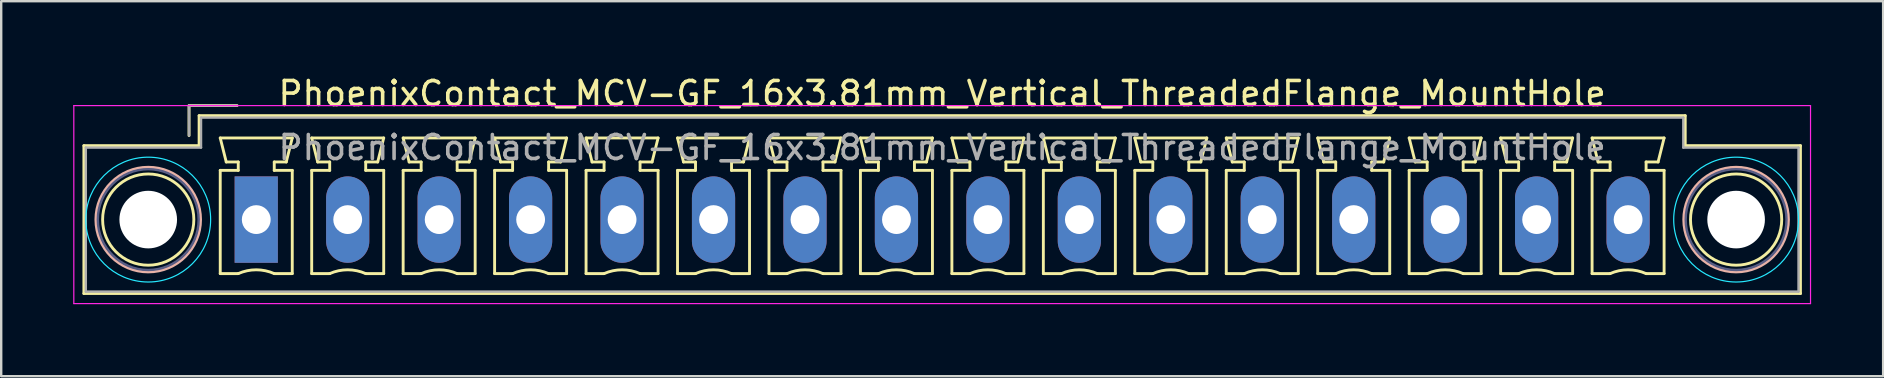
<source format=kicad_pcb>
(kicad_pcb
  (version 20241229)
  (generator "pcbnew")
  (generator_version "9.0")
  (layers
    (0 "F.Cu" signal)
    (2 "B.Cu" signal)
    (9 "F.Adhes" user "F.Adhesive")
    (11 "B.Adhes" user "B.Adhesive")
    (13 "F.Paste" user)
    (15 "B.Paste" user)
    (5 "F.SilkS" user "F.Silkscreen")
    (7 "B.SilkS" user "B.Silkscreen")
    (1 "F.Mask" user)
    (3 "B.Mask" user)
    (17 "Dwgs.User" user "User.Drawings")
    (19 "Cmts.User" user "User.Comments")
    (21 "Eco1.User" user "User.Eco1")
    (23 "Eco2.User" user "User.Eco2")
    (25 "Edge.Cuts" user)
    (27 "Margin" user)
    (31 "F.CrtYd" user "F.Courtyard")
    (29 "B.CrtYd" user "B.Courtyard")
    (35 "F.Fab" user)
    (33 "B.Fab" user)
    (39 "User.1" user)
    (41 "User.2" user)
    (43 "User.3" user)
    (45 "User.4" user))
  (footprint "PhoenixContact_MCV-GF_16x3.81mm_Vertical_ThreadedFlange_MountHole"
    (layer "F.Cu")
    (at 7.625 6.098)
    (property "Reference" "PhoenixContact_MCV-GF_16x3.81mm_Vertical_ThreadedFlange_MountHole" (at 28.575 -5.25 0) (layer "F.SilkS") (effects (font (size 1 1) (thickness 0.15))))
    (attr through_hole)
    (fp_line (start -7.18 -3.08) (end -7.18 3.08) (stroke (width 0.12) (type solid)) (layer "F.SilkS"))
    (fp_line (start -7.18 3.08) (end 64.33 3.08) (stroke (width 0.12) (type solid)) (layer "F.SilkS"))
    (fp_line (start -2.8 -4.75) (end -0.8 -4.75) (stroke (width 0.12) (type solid)) (layer "F.SilkS"))
    (fp_line (start -2.8 -3.5) (end -2.8 -4.75) (stroke (width 0.12) (type solid)) (layer "F.SilkS"))
    (fp_line (start -2.38 -4.33) (end -2.38 -3.08) (stroke (width 0.12) (type solid)) (layer "F.SilkS"))
    (fp_line (start -2.38 -3.08) (end -7.18 -3.08) (stroke (width 0.12) (type solid)) (layer "F.SilkS"))
    (fp_line (start -1.5 -3.4) (end 1.5 -3.4) (stroke (width 0.12) (type solid)) (layer "F.SilkS"))
    (fp_line (start -1.5 -2.05) (end -0.75 -2.05) (stroke (width 0.12) (type solid)) (layer "F.SilkS"))
    (fp_line (start -1.5 2.25) (end -1.5 -2.05) (stroke (width 0.12) (type solid)) (layer "F.SilkS"))
    (fp_line (start -1.25 -2.4) (end -1.5 -3.4) (stroke (width 0.12) (type solid)) (layer "F.SilkS"))
    (fp_line (start -0.75 -2.4) (end -1.25 -2.4) (stroke (width 0.12) (type solid)) (layer "F.SilkS"))
    (fp_line (start -0.75 -2.05) (end -0.75 -2.4) (stroke (width 0.12) (type solid)) (layer "F.SilkS"))
    (fp_line (start -0.75 2.25) (end -1.5 2.25) (stroke (width 0.12) (type solid)) (layer "F.SilkS"))
    (fp_line (start 0.75 -2.4) (end 0.75 -2.05) (stroke (width 0.12) (type solid)) (layer "F.SilkS"))
    (fp_line (start 0.75 -2.05) (end 1.5 -2.05) (stroke (width 0.12) (type solid)) (layer "F.SilkS"))
    (fp_line (start 1.25 -2.4) (end 0.75 -2.4) (stroke (width 0.12) (type solid)) (layer "F.SilkS"))
    (fp_line (start 1.5 -3.4) (end 1.25 -2.4) (stroke (width 0.12) (type solid)) (layer "F.SilkS"))
    (fp_line (start 1.5 -2.05) (end 1.5 2.25) (stroke (width 0.12) (type solid)) (layer "F.SilkS"))
    (fp_line (start 1.5 2.25) (end 0.75 2.25) (stroke (width 0.12) (type solid)) (layer "F.SilkS"))
    (fp_line (start 2.31 -3.4) (end 5.31 -3.4) (stroke (width 0.12) (type solid)) (layer "F.SilkS"))
    (fp_line (start 2.31 -2.05) (end 3.06 -2.05) (stroke (width 0.12) (type solid)) (layer "F.SilkS"))
    (fp_line (start 2.31 2.25) (end 2.31 -2.05) (stroke (width 0.12) (type solid)) (layer "F.SilkS"))
    (fp_line (start 2.56 -2.4) (end 2.31 -3.4) (stroke (width 0.12) (type solid)) (layer "F.SilkS"))
    (fp_line (start 3.06 -2.4) (end 2.56 -2.4) (stroke (width 0.12) (type solid)) (layer "F.SilkS"))
    (fp_line (start 3.06 -2.05) (end 3.06 -2.4) (stroke (width 0.12) (type solid)) (layer "F.SilkS"))
    (fp_line (start 3.06 2.25) (end 2.31 2.25) (stroke (width 0.12) (type solid)) (layer "F.SilkS"))
    (fp_line (start 4.56 -2.4) (end 4.56 -2.05) (stroke (width 0.12) (type solid)) (layer "F.SilkS"))
    (fp_line (start 4.56 -2.05) (end 5.31 -2.05) (stroke (width 0.12) (type solid)) (layer "F.SilkS"))
    (fp_line (start 5.06 -2.4) (end 4.56 -2.4) (stroke (width 0.12) (type solid)) (layer "F.SilkS"))
    (fp_line (start 5.31 -3.4) (end 5.06 -2.4) (stroke (width 0.12) (type solid)) (layer "F.SilkS"))
    (fp_line (start 5.31 -2.05) (end 5.31 2.25) (stroke (width 0.12) (type solid)) (layer "F.SilkS"))
    (fp_line (start 5.31 2.25) (end 4.56 2.25) (stroke (width 0.12) (type solid)) (layer "F.SilkS"))
    (fp_line (start 6.12 -3.4) (end 9.12 -3.4) (stroke (width 0.12) (type solid)) (layer "F.SilkS"))
    (fp_line (start 6.12 -2.05) (end 6.87 -2.05) (stroke (width 0.12) (type solid)) (layer "F.SilkS"))
    (fp_line (start 6.12 2.25) (end 6.12 -2.05) (stroke (width 0.12) (type solid)) (layer "F.SilkS"))
    (fp_line (start 6.37 -2.4) (end 6.12 -3.4) (stroke (width 0.12) (type solid)) (layer "F.SilkS"))
    (fp_line (start 6.87 -2.4) (end 6.37 -2.4) (stroke (width 0.12) (type solid)) (layer "F.SilkS"))
    (fp_line (start 6.87 -2.05) (end 6.87 -2.4) (stroke (width 0.12) (type solid)) (layer "F.SilkS"))
    (fp_line (start 6.87 2.25) (end 6.12 2.25) (stroke (width 0.12) (type solid)) (layer "F.SilkS"))
    (fp_line (start 8.37 -2.4) (end 8.37 -2.05) (stroke (width 0.12) (type solid)) (layer "F.SilkS"))
    (fp_line (start 8.37 -2.05) (end 9.12 -2.05) (stroke (width 0.12) (type solid)) (layer "F.SilkS"))
    (fp_line (start 8.87 -2.4) (end 8.37 -2.4) (stroke (width 0.12) (type solid)) (layer "F.SilkS"))
    (fp_line (start 9.12 -3.4) (end 8.87 -2.4) (stroke (width 0.12) (type solid)) (layer "F.SilkS"))
    (fp_line (start 9.12 -2.05) (end 9.12 2.25) (stroke (width 0.12) (type solid)) (layer "F.SilkS"))
    (fp_line (start 9.12 2.25) (end 8.37 2.25) (stroke (width 0.12) (type solid)) (layer "F.SilkS"))
    (fp_line (start 9.93 -3.4) (end 12.93 -3.4) (stroke (width 0.12) (type solid)) (layer "F.SilkS"))
    (fp_line (start 9.93 -2.05) (end 10.68 -2.05) (stroke (width 0.12) (type solid)) (layer "F.SilkS"))
    (fp_line (start 9.93 2.25) (end 9.93 -2.05) (stroke (width 0.12) (type solid)) (layer "F.SilkS"))
    (fp_line (start 10.18 -2.4) (end 9.93 -3.4) (stroke (width 0.12) (type solid)) (layer "F.SilkS"))
    (fp_line (start 10.68 -2.4) (end 10.18 -2.4) (stroke (width 0.12) (type solid)) (layer "F.SilkS"))
    (fp_line (start 10.68 -2.05) (end 10.68 -2.4) (stroke (width 0.12) (type solid)) (layer "F.SilkS"))
    (fp_line (start 10.68 2.25) (end 9.93 2.25) (stroke (width 0.12) (type solid)) (layer "F.SilkS"))
    (fp_line (start 12.18 -2.4) (end 12.18 -2.05) (stroke (width 0.12) (type solid)) (layer "F.SilkS"))
    (fp_line (start 12.18 -2.05) (end 12.93 -2.05) (stroke (width 0.12) (type solid)) (layer "F.SilkS"))
    (fp_line (start 12.68 -2.4) (end 12.18 -2.4) (stroke (width 0.12) (type solid)) (layer "F.SilkS"))
    (fp_line (start 12.93 -3.4) (end 12.68 -2.4) (stroke (width 0.12) (type solid)) (layer "F.SilkS"))
    (fp_line (start 12.93 -2.05) (end 12.93 2.25) (stroke (width 0.12) (type solid)) (layer "F.SilkS"))
    (fp_line (start 12.93 2.25) (end 12.18 2.25) (stroke (width 0.12) (type solid)) (layer "F.SilkS"))
    (fp_line (start 13.74 -3.4) (end 16.74 -3.4) (stroke (width 0.12) (type solid)) (layer "F.SilkS"))
    (fp_line (start 13.74 -2.05) (end 14.49 -2.05) (stroke (width 0.12) (type solid)) (layer "F.SilkS"))
    (fp_line (start 13.74 2.25) (end 13.74 -2.05) (stroke (width 0.12) (type solid)) (layer "F.SilkS"))
    (fp_line (start 13.99 -2.4) (end 13.74 -3.4) (stroke (width 0.12) (type solid)) (layer "F.SilkS"))
    (fp_line (start 14.49 -2.4) (end 13.99 -2.4) (stroke (width 0.12) (type solid)) (layer "F.SilkS"))
    (fp_line (start 14.49 -2.05) (end 14.49 -2.4) (stroke (width 0.12) (type solid)) (layer "F.SilkS"))
    (fp_line (start 14.49 2.25) (end 13.74 2.25) (stroke (width 0.12) (type solid)) (layer "F.SilkS"))
    (fp_line (start 15.99 -2.4) (end 15.99 -2.05) (stroke (width 0.12) (type solid)) (layer "F.SilkS"))
    (fp_line (start 15.99 -2.05) (end 16.74 -2.05) (stroke (width 0.12) (type solid)) (layer "F.SilkS"))
    (fp_line (start 16.49 -2.4) (end 15.99 -2.4) (stroke (width 0.12) (type solid)) (layer "F.SilkS"))
    (fp_line (start 16.74 -3.4) (end 16.49 -2.4) (stroke (width 0.12) (type solid)) (layer "F.SilkS"))
    (fp_line (start 16.74 -2.05) (end 16.74 2.25) (stroke (width 0.12) (type solid)) (layer "F.SilkS"))
    (fp_line (start 16.74 2.25) (end 15.99 2.25) (stroke (width 0.12) (type solid)) (layer "F.SilkS"))
    (fp_line (start 17.55 -3.4) (end 20.55 -3.4) (stroke (width 0.12) (type solid)) (layer "F.SilkS"))
    (fp_line (start 17.55 -2.05) (end 18.3 -2.05) (stroke (width 0.12) (type solid)) (layer "F.SilkS"))
    (fp_line (start 17.55 2.25) (end 17.55 -2.05) (stroke (width 0.12) (type solid)) (layer "F.SilkS"))
    (fp_line (start 17.8 -2.4) (end 17.55 -3.4) (stroke (width 0.12) (type solid)) (layer "F.SilkS"))
    (fp_line (start 18.3 -2.4) (end 17.8 -2.4) (stroke (width 0.12) (type solid)) (layer "F.SilkS"))
    (fp_line (start 18.3 -2.05) (end 18.3 -2.4) (stroke (width 0.12) (type solid)) (layer "F.SilkS"))
    (fp_line (start 18.3 2.25) (end 17.55 2.25) (stroke (width 0.12) (type solid)) (layer "F.SilkS"))
    (fp_line (start 19.8 -2.4) (end 19.8 -2.05) (stroke (width 0.12) (type solid)) (layer "F.SilkS"))
    (fp_line (start 19.8 -2.05) (end 20.55 -2.05) (stroke (width 0.12) (type solid)) (layer "F.SilkS"))
    (fp_line (start 20.3 -2.4) (end 19.8 -2.4) (stroke (width 0.12) (type solid)) (layer "F.SilkS"))
    (fp_line (start 20.55 -3.4) (end 20.3 -2.4) (stroke (width 0.12) (type solid)) (layer "F.SilkS"))
    (fp_line (start 20.55 -2.05) (end 20.55 2.25) (stroke (width 0.12) (type solid)) (layer "F.SilkS"))
    (fp_line (start 20.55 2.25) (end 19.8 2.25) (stroke (width 0.12) (type solid)) (layer "F.SilkS"))
    (fp_line (start 21.36 -3.4) (end 24.36 -3.4) (stroke (width 0.12) (type solid)) (layer "F.SilkS"))
    (fp_line (start 21.36 -2.05) (end 22.11 -2.05) (stroke (width 0.12) (type solid)) (layer "F.SilkS"))
    (fp_line (start 21.36 2.25) (end 21.36 -2.05) (stroke (width 0.12) (type solid)) (layer "F.SilkS"))
    (fp_line (start 21.61 -2.4) (end 21.36 -3.4) (stroke (width 0.12) (type solid)) (layer "F.SilkS"))
    (fp_line (start 22.11 -2.4) (end 21.61 -2.4) (stroke (width 0.12) (type solid)) (layer "F.SilkS"))
    (fp_line (start 22.11 -2.05) (end 22.11 -2.4) (stroke (width 0.12) (type solid)) (layer "F.SilkS"))
    (fp_line (start 22.11 2.25) (end 21.36 2.25) (stroke (width 0.12) (type solid)) (layer "F.SilkS"))
    (fp_line (start 23.61 -2.4) (end 23.61 -2.05) (stroke (width 0.12) (type solid)) (layer "F.SilkS"))
    (fp_line (start 23.61 -2.05) (end 24.36 -2.05) (stroke (width 0.12) (type solid)) (layer "F.SilkS"))
    (fp_line (start 24.11 -2.4) (end 23.61 -2.4) (stroke (width 0.12) (type solid)) (layer "F.SilkS"))
    (fp_line (start 24.36 -3.4) (end 24.11 -2.4) (stroke (width 0.12) (type solid)) (layer "F.SilkS"))
    (fp_line (start 24.36 -2.05) (end 24.36 2.25) (stroke (width 0.12) (type solid)) (layer "F.SilkS"))
    (fp_line (start 24.36 2.25) (end 23.61 2.25) (stroke (width 0.12) (type solid)) (layer "F.SilkS"))
    (fp_line (start 25.17 -3.4) (end 28.17 -3.4) (stroke (width 0.12) (type solid)) (layer "F.SilkS"))
    (fp_line (start 25.17 -2.05) (end 25.92 -2.05) (stroke (width 0.12) (type solid)) (layer "F.SilkS"))
    (fp_line (start 25.17 2.25) (end 25.17 -2.05) (stroke (width 0.12) (type solid)) (layer "F.SilkS"))
    (fp_line (start 25.42 -2.4) (end 25.17 -3.4) (stroke (width 0.12) (type solid)) (layer "F.SilkS"))
    (fp_line (start 25.92 -2.4) (end 25.42 -2.4) (stroke (width 0.12) (type solid)) (layer "F.SilkS"))
    (fp_line (start 25.92 -2.05) (end 25.92 -2.4) (stroke (width 0.12) (type solid)) (layer "F.SilkS"))
    (fp_line (start 25.92 2.25) (end 25.17 2.25) (stroke (width 0.12) (type solid)) (layer "F.SilkS"))
    (fp_line (start 27.42 -2.4) (end 27.42 -2.05) (stroke (width 0.12) (type solid)) (layer "F.SilkS"))
    (fp_line (start 27.42 -2.05) (end 28.17 -2.05) (stroke (width 0.12) (type solid)) (layer "F.SilkS"))
    (fp_line (start 27.92 -2.4) (end 27.42 -2.4) (stroke (width 0.12) (type solid)) (layer "F.SilkS"))
    (fp_line (start 28.17 -3.4) (end 27.92 -2.4) (stroke (width 0.12) (type solid)) (layer "F.SilkS"))
    (fp_line (start 28.17 -2.05) (end 28.17 2.25) (stroke (width 0.12) (type solid)) (layer "F.SilkS"))
    (fp_line (start 28.17 2.25) (end 27.42 2.25) (stroke (width 0.12) (type solid)) (layer "F.SilkS"))
    (fp_line (start 28.98 -3.4) (end 31.98 -3.4) (stroke (width 0.12) (type solid)) (layer "F.SilkS"))
    (fp_line (start 28.98 -2.05) (end 29.73 -2.05) (stroke (width 0.12) (type solid)) (layer "F.SilkS"))
    (fp_line (start 28.98 2.25) (end 28.98 -2.05) (stroke (width 0.12) (type solid)) (layer "F.SilkS"))
    (fp_line (start 29.23 -2.4) (end 28.98 -3.4) (stroke (width 0.12) (type solid)) (layer "F.SilkS"))
    (fp_line (start 29.73 -2.4) (end 29.23 -2.4) (stroke (width 0.12) (type solid)) (layer "F.SilkS"))
    (fp_line (start 29.73 -2.05) (end 29.73 -2.4) (stroke (width 0.12) (type solid)) (layer "F.SilkS"))
    (fp_line (start 29.73 2.25) (end 28.98 2.25) (stroke (width 0.12) (type solid)) (layer "F.SilkS"))
    (fp_line (start 31.23 -2.4) (end 31.23 -2.05) (stroke (width 0.12) (type solid)) (layer "F.SilkS"))
    (fp_line (start 31.23 -2.05) (end 31.98 -2.05) (stroke (width 0.12) (type solid)) (layer "F.SilkS"))
    (fp_line (start 31.73 -2.4) (end 31.23 -2.4) (stroke (width 0.12) (type solid)) (layer "F.SilkS"))
    (fp_line (start 31.98 -3.4) (end 31.73 -2.4) (stroke (width 0.12) (type solid)) (layer "F.SilkS"))
    (fp_line (start 31.98 -2.05) (end 31.98 2.25) (stroke (width 0.12) (type solid)) (layer "F.SilkS"))
    (fp_line (start 31.98 2.25) (end 31.23 2.25) (stroke (width 0.12) (type solid)) (layer "F.SilkS"))
    (fp_line (start 32.79 -3.4) (end 35.79 -3.4) (stroke (width 0.12) (type solid)) (layer "F.SilkS"))
    (fp_line (start 32.79 -2.05) (end 33.54 -2.05) (stroke (width 0.12) (type solid)) (layer "F.SilkS"))
    (fp_line (start 32.79 2.25) (end 32.79 -2.05) (stroke (width 0.12) (type solid)) (layer "F.SilkS"))
    (fp_line (start 33.04 -2.4) (end 32.79 -3.4) (stroke (width 0.12) (type solid)) (layer "F.SilkS"))
    (fp_line (start 33.54 -2.4) (end 33.04 -2.4) (stroke (width 0.12) (type solid)) (layer "F.SilkS"))
    (fp_line (start 33.54 -2.05) (end 33.54 -2.4) (stroke (width 0.12) (type solid)) (layer "F.SilkS"))
    (fp_line (start 33.54 2.25) (end 32.79 2.25) (stroke (width 0.12) (type solid)) (layer "F.SilkS"))
    (fp_line (start 35.04 -2.4) (end 35.04 -2.05) (stroke (width 0.12) (type solid)) (layer "F.SilkS"))
    (fp_line (start 35.04 -2.05) (end 35.79 -2.05) (stroke (width 0.12) (type solid)) (layer "F.SilkS"))
    (fp_line (start 35.54 -2.4) (end 35.04 -2.4) (stroke (width 0.12) (type solid)) (layer "F.SilkS"))
    (fp_line (start 35.79 -3.4) (end 35.54 -2.4) (stroke (width 0.12) (type solid)) (layer "F.SilkS"))
    (fp_line (start 35.79 -2.05) (end 35.79 2.25) (stroke (width 0.12) (type solid)) (layer "F.SilkS"))
    (fp_line (start 35.79 2.25) (end 35.04 2.25) (stroke (width 0.12) (type solid)) (layer "F.SilkS"))
    (fp_line (start 36.6 -3.4) (end 39.6 -3.4) (stroke (width 0.12) (type solid)) (layer "F.SilkS"))
    (fp_line (start 36.6 -2.05) (end 37.35 -2.05) (stroke (width 0.12) (type solid)) (layer "F.SilkS"))
    (fp_line (start 36.6 2.25) (end 36.6 -2.05) (stroke (width 0.12) (type solid)) (layer "F.SilkS"))
    (fp_line (start 36.85 -2.4) (end 36.6 -3.4) (stroke (width 0.12) (type solid)) (layer "F.SilkS"))
    (fp_line (start 37.35 -2.4) (end 36.85 -2.4) (stroke (width 0.12) (type solid)) (layer "F.SilkS"))
    (fp_line (start 37.35 -2.05) (end 37.35 -2.4) (stroke (width 0.12) (type solid)) (layer "F.SilkS"))
    (fp_line (start 37.35 2.25) (end 36.6 2.25) (stroke (width 0.12) (type solid)) (layer "F.SilkS"))
    (fp_line (start 38.85 -2.4) (end 38.85 -2.05) (stroke (width 0.12) (type solid)) (layer "F.SilkS"))
    (fp_line (start 38.85 -2.05) (end 39.6 -2.05) (stroke (width 0.12) (type solid)) (layer "F.SilkS"))
    (fp_line (start 39.35 -2.4) (end 38.85 -2.4) (stroke (width 0.12) (type solid)) (layer "F.SilkS"))
    (fp_line (start 39.6 -3.4) (end 39.35 -2.4) (stroke (width 0.12) (type solid)) (layer "F.SilkS"))
    (fp_line (start 39.6 -2.05) (end 39.6 2.25) (stroke (width 0.12) (type solid)) (layer "F.SilkS"))
    (fp_line (start 39.6 2.25) (end 38.85 2.25) (stroke (width 0.12) (type solid)) (layer "F.SilkS"))
    (fp_line (start 40.41 -3.4) (end 43.41 -3.4) (stroke (width 0.12) (type solid)) (layer "F.SilkS"))
    (fp_line (start 40.41 -2.05) (end 41.16 -2.05) (stroke (width 0.12) (type solid)) (layer "F.SilkS"))
    (fp_line (start 40.41 2.25) (end 40.41 -2.05) (stroke (width 0.12) (type solid)) (layer "F.SilkS"))
    (fp_line (start 40.66 -2.4) (end 40.41 -3.4) (stroke (width 0.12) (type solid)) (layer "F.SilkS"))
    (fp_line (start 41.16 -2.4) (end 40.66 -2.4) (stroke (width 0.12) (type solid)) (layer "F.SilkS"))
    (fp_line (start 41.16 -2.05) (end 41.16 -2.4) (stroke (width 0.12) (type solid)) (layer "F.SilkS"))
    (fp_line (start 41.16 2.25) (end 40.41 2.25) (stroke (width 0.12) (type solid)) (layer "F.SilkS"))
    (fp_line (start 42.66 -2.4) (end 42.66 -2.05) (stroke (width 0.12) (type solid)) (layer "F.SilkS"))
    (fp_line (start 42.66 -2.05) (end 43.41 -2.05) (stroke (width 0.12) (type solid)) (layer "F.SilkS"))
    (fp_line (start 43.16 -2.4) (end 42.66 -2.4) (stroke (width 0.12) (type solid)) (layer "F.SilkS"))
    (fp_line (start 43.41 -3.4) (end 43.16 -2.4) (stroke (width 0.12) (type solid)) (layer "F.SilkS"))
    (fp_line (start 43.41 -2.05) (end 43.41 2.25) (stroke (width 0.12) (type solid)) (layer "F.SilkS"))
    (fp_line (start 43.41 2.25) (end 42.66 2.25) (stroke (width 0.12) (type solid)) (layer "F.SilkS"))
    (fp_line (start 44.22 -3.4) (end 47.22 -3.4) (stroke (width 0.12) (type solid)) (layer "F.SilkS"))
    (fp_line (start 44.22 -2.05) (end 44.97 -2.05) (stroke (width 0.12) (type solid)) (layer "F.SilkS"))
    (fp_line (start 44.22 2.25) (end 44.22 -2.05) (stroke (width 0.12) (type solid)) (layer "F.SilkS"))
    (fp_line (start 44.47 -2.4) (end 44.22 -3.4) (stroke (width 0.12) (type solid)) (layer "F.SilkS"))
    (fp_line (start 44.97 -2.4) (end 44.47 -2.4) (stroke (width 0.12) (type solid)) (layer "F.SilkS"))
    (fp_line (start 44.97 -2.05) (end 44.97 -2.4) (stroke (width 0.12) (type solid)) (layer "F.SilkS"))
    (fp_line (start 44.97 2.25) (end 44.22 2.25) (stroke (width 0.12) (type solid)) (layer "F.SilkS"))
    (fp_line (start 46.47 -2.4) (end 46.47 -2.05) (stroke (width 0.12) (type solid)) (layer "F.SilkS"))
    (fp_line (start 46.47 -2.05) (end 47.22 -2.05) (stroke (width 0.12) (type solid)) (layer "F.SilkS"))
    (fp_line (start 46.97 -2.4) (end 46.47 -2.4) (stroke (width 0.12) (type solid)) (layer "F.SilkS"))
    (fp_line (start 47.22 -3.4) (end 46.97 -2.4) (stroke (width 0.12) (type solid)) (layer "F.SilkS"))
    (fp_line (start 47.22 -2.05) (end 47.22 2.25) (stroke (width 0.12) (type solid)) (layer "F.SilkS"))
    (fp_line (start 47.22 2.25) (end 46.47 2.25) (stroke (width 0.12) (type solid)) (layer "F.SilkS"))
    (fp_line (start 48.03 -3.4) (end 51.03 -3.4) (stroke (width 0.12) (type solid)) (layer "F.SilkS"))
    (fp_line (start 48.03 -2.05) (end 48.78 -2.05) (stroke (width 0.12) (type solid)) (layer "F.SilkS"))
    (fp_line (start 48.03 2.25) (end 48.03 -2.05) (stroke (width 0.12) (type solid)) (layer "F.SilkS"))
    (fp_line (start 48.28 -2.4) (end 48.03 -3.4) (stroke (width 0.12) (type solid)) (layer "F.SilkS"))
    (fp_line (start 48.78 -2.4) (end 48.28 -2.4) (stroke (width 0.12) (type solid)) (layer "F.SilkS"))
    (fp_line (start 48.78 -2.05) (end 48.78 -2.4) (stroke (width 0.12) (type solid)) (layer "F.SilkS"))
    (fp_line (start 48.78 2.25) (end 48.03 2.25) (stroke (width 0.12) (type solid)) (layer "F.SilkS"))
    (fp_line (start 50.28 -2.4) (end 50.28 -2.05) (stroke (width 0.12) (type solid)) (layer "F.SilkS"))
    (fp_line (start 50.28 -2.05) (end 51.03 -2.05) (stroke (width 0.12) (type solid)) (layer "F.SilkS"))
    (fp_line (start 50.78 -2.4) (end 50.28 -2.4) (stroke (width 0.12) (type solid)) (layer "F.SilkS"))
    (fp_line (start 51.03 -3.4) (end 50.78 -2.4) (stroke (width 0.12) (type solid)) (layer "F.SilkS"))
    (fp_line (start 51.03 -2.05) (end 51.03 2.25) (stroke (width 0.12) (type solid)) (layer "F.SilkS"))
    (fp_line (start 51.03 2.25) (end 50.28 2.25) (stroke (width 0.12) (type solid)) (layer "F.SilkS"))
    (fp_line (start 51.84 -3.4) (end 54.84 -3.4) (stroke (width 0.12) (type solid)) (layer "F.SilkS"))
    (fp_line (start 51.84 -2.05) (end 52.59 -2.05) (stroke (width 0.12) (type solid)) (layer "F.SilkS"))
    (fp_line (start 51.84 2.25) (end 51.84 -2.05) (stroke (width 0.12) (type solid)) (layer "F.SilkS"))
    (fp_line (start 52.09 -2.4) (end 51.84 -3.4) (stroke (width 0.12) (type solid)) (layer "F.SilkS"))
    (fp_line (start 52.59 -2.4) (end 52.09 -2.4) (stroke (width 0.12) (type solid)) (layer "F.SilkS"))
    (fp_line (start 52.59 -2.05) (end 52.59 -2.4) (stroke (width 0.12) (type solid)) (layer "F.SilkS"))
    (fp_line (start 52.59 2.25) (end 51.84 2.25) (stroke (width 0.12) (type solid)) (layer "F.SilkS"))
    (fp_line (start 54.09 -2.4) (end 54.09 -2.05) (stroke (width 0.12) (type solid)) (layer "F.SilkS"))
    (fp_line (start 54.09 -2.05) (end 54.84 -2.05) (stroke (width 0.12) (type solid)) (layer "F.SilkS"))
    (fp_line (start 54.59 -2.4) (end 54.09 -2.4) (stroke (width 0.12) (type solid)) (layer "F.SilkS"))
    (fp_line (start 54.84 -3.4) (end 54.59 -2.4) (stroke (width 0.12) (type solid)) (layer "F.SilkS"))
    (fp_line (start 54.84 -2.05) (end 54.84 2.25) (stroke (width 0.12) (type solid)) (layer "F.SilkS"))
    (fp_line (start 54.84 2.25) (end 54.09 2.25) (stroke (width 0.12) (type solid)) (layer "F.SilkS"))
    (fp_line (start 55.65 -3.4) (end 58.65 -3.4) (stroke (width 0.12) (type solid)) (layer "F.SilkS"))
    (fp_line (start 55.65 -2.05) (end 56.4 -2.05) (stroke (width 0.12) (type solid)) (layer "F.SilkS"))
    (fp_line (start 55.65 2.25) (end 55.65 -2.05) (stroke (width 0.12) (type solid)) (layer "F.SilkS"))
    (fp_line (start 55.9 -2.4) (end 55.65 -3.4) (stroke (width 0.12) (type solid)) (layer "F.SilkS"))
    (fp_line (start 56.4 -2.4) (end 55.9 -2.4) (stroke (width 0.12) (type solid)) (layer "F.SilkS"))
    (fp_line (start 56.4 -2.05) (end 56.4 -2.4) (stroke (width 0.12) (type solid)) (layer "F.SilkS"))
    (fp_line (start 56.4 2.25) (end 55.65 2.25) (stroke (width 0.12) (type solid)) (layer "F.SilkS"))
    (fp_line (start 57.9 -2.4) (end 57.9 -2.05) (stroke (width 0.12) (type solid)) (layer "F.SilkS"))
    (fp_line (start 57.9 -2.05) (end 58.65 -2.05) (stroke (width 0.12) (type solid)) (layer "F.SilkS"))
    (fp_line (start 58.4 -2.4) (end 57.9 -2.4) (stroke (width 0.12) (type solid)) (layer "F.SilkS"))
    (fp_line (start 58.65 -3.4) (end 58.4 -2.4) (stroke (width 0.12) (type solid)) (layer "F.SilkS"))
    (fp_line (start 58.65 -2.05) (end 58.65 2.25) (stroke (width 0.12) (type solid)) (layer "F.SilkS"))
    (fp_line (start 58.65 2.25) (end 57.9 2.25) (stroke (width 0.12) (type solid)) (layer "F.SilkS"))
    (fp_line (start 59.53 -4.33) (end -2.38 -4.33) (stroke (width 0.12) (type solid)) (layer "F.SilkS"))
    (fp_line (start 59.53 -3.08) (end 59.53 -4.33) (stroke (width 0.12) (type solid)) (layer "F.SilkS"))
    (fp_line (start 64.33 -3.08) (end 59.53 -3.08) (stroke (width 0.12) (type solid)) (layer "F.SilkS"))
    (fp_line (start 64.33 3.08) (end 64.33 -3.08) (stroke (width 0.12) (type solid)) (layer "F.SilkS"))
    (fp_arc (start -0.75 2.25) (mid -0.000193 2.09191) (end 0.749647 2.249844) (stroke (width 0.12) (type solid)) (layer "F.SilkS"))
    (fp_arc (start 3.06 2.25) (mid 3.809807 2.09191) (end 4.559647 2.249844) (stroke (width 0.12) (type solid)) (layer "F.SilkS"))
    (fp_arc (start 6.87 2.25) (mid 7.619807 2.09191) (end 8.369647 2.249844) (stroke (width 0.12) (type solid)) (layer "F.SilkS"))
    (fp_arc (start 10.68 2.25) (mid 11.429807 2.09191) (end 12.179647 2.249844) (stroke (width 0.12) (type solid)) (layer "F.SilkS"))
    (fp_arc (start 14.49 2.25) (mid 15.239807 2.09191) (end 15.989647 2.249844) (stroke (width 0.12) (type solid)) (layer "F.SilkS"))
    (fp_arc (start 18.3 2.25) (mid 19.049807 2.09191) (end 19.799647 2.249844) (stroke (width 0.12) (type solid)) (layer "F.SilkS"))
    (fp_arc (start 22.11 2.25) (mid 22.859807 2.09191) (end 23.609647 2.249844) (stroke (width 0.12) (type solid)) (layer "F.SilkS"))
    (fp_arc (start 25.92 2.25) (mid 26.669807 2.09191) (end 27.419647 2.249844) (stroke (width 0.12) (type solid)) (layer "F.SilkS"))
    (fp_arc (start 29.73 2.25) (mid 30.479807 2.09191) (end 31.229647 2.249844) (stroke (width 0.12) (type solid)) (layer "F.SilkS"))
    (fp_arc (start 33.54 2.25) (mid 34.289807 2.09191) (end 35.039647 2.249844) (stroke (width 0.12) (type solid)) (layer "F.SilkS"))
    (fp_arc (start 37.35 2.25) (mid 38.099807 2.09191) (end 38.849647 2.249844) (stroke (width 0.12) (type solid)) (layer "F.SilkS"))
    (fp_arc (start 41.16 2.25) (mid 41.909807 2.09191) (end 42.659647 2.249844) (stroke (width 0.12) (type solid)) (layer "F.SilkS"))
    (fp_arc (start 44.97 2.25) (mid 45.719807 2.09191) (end 46.469647 2.249844) (stroke (width 0.12) (type solid)) (layer "F.SilkS"))
    (fp_arc (start 48.78 2.25) (mid 49.529807 2.09191) (end 50.279647 2.249844) (stroke (width 0.12) (type solid)) (layer "F.SilkS"))
    (fp_arc (start 52.59 2.25) (mid 53.339807 2.09191) (end 54.089647 2.249844) (stroke (width 0.12) (type solid)) (layer "F.SilkS"))
    (fp_arc (start 56.4 2.25) (mid 57.149807 2.09191) (end 57.899647 2.249844) (stroke (width 0.12) (type solid)) (layer "F.SilkS"))
    (fp_circle (center -4.5 0) (end -2.6 0) (stroke (width 0.12) (type solid)) (fill no) (layer "F.SilkS"))
    (fp_circle (center 61.65 0) (end 63.55 0) (stroke (width 0.12) (type solid)) (fill no) (layer "F.SilkS"))
    (fp_circle (center -4.5 0) (end -2.32 0) (stroke (width 0.12) (type solid)) (fill no) (layer "B.SilkS"))
    (fp_circle (center 61.65 0) (end 63.83 0) (stroke (width 0.12) (type solid)) (fill no) (layer "B.SilkS"))
    (fp_circle (center -4.5 0) (end -1.9 0) (stroke (width 0.05) (type solid)) (fill no) (layer "B.CrtYd"))
    (fp_circle (center 61.65 0) (end 64.25 0) (stroke (width 0.05) (type solid)) (fill no) (layer "B.CrtYd"))
    (fp_line (start -7.6 -4.75) (end -7.6 3.5) (stroke (width 0.05) (type solid)) (layer "F.CrtYd"))
    (fp_line (start -7.6 3.5) (end 64.75 3.5) (stroke (width 0.05) (type solid)) (layer "F.CrtYd"))
    (fp_line (start 64.75 -4.75) (end -7.6 -4.75) (stroke (width 0.05) (type solid)) (layer "F.CrtYd"))
    (fp_line (start 64.75 3.5) (end 64.75 -4.75) (stroke (width 0.05) (type solid)) (layer "F.CrtYd"))
    (fp_circle (center -4.5 0) (end -2.4 0) (stroke (width 0.1) (type solid)) (fill no) (layer "B.Fab"))
    (fp_circle (center 61.65 0) (end 63.75 0) (stroke (width 0.1) (type solid)) (fill no) (layer "B.Fab"))
    (fp_line (start -7.1 -3) (end -7.1 3) (stroke (width 0.1) (type solid)) (layer "F.Fab"))
    (fp_line (start -7.1 3) (end 64.25 3) (stroke (width 0.1) (type solid)) (layer "F.Fab"))
    (fp_line (start -2.8 -4.75) (end -0.8 -4.75) (stroke (width 0.1) (type solid)) (layer "F.Fab"))
    (fp_line (start -2.8 -3.5) (end -2.8 -4.75) (stroke (width 0.1) (type solid)) (layer "F.Fab"))
    (fp_line (start -2.3 -4.25) (end -2.3 -3) (stroke (width 0.1) (type solid)) (layer "F.Fab"))
    (fp_line (start -2.3 -3) (end -7.1 -3) (stroke (width 0.1) (type solid)) (layer "F.Fab"))
    (fp_line (start 59.45 -4.25) (end -2.3 -4.25) (stroke (width 0.1) (type solid)) (layer "F.Fab"))
    (fp_line (start 59.45 -3) (end 59.45 -4.25) (stroke (width 0.1) (type solid)) (layer "F.Fab"))
    (fp_line (start 64.25 -3) (end 59.45 -3) (stroke (width 0.1) (type solid)) (layer "F.Fab"))
    (fp_line (start 64.25 3) (end 64.25 -3) (stroke (width 0.1) (type solid)) (layer "F.Fab"))
    (fp_text user "${REFERENCE}" (at 28.575 -3 0) (layer "F.Fab") (effects (font (size 1 1) (thickness 0.15))))
    (pad "" np_thru_hole circle (at -4.5 0) (size 2.4 2.4) (drill 2.4) (layers "*.Cu" "*.Mask"))
    (pad "" np_thru_hole circle (at 61.65 0) (size 2.4 2.4) (drill 2.4) (layers "*.Cu" "*.Mask"))
    (pad "1" thru_hole rect (at 0 0) (size 1.8 3.6) (drill 1.2) (layers "*.Cu" "*.Mask"))
    (pad "2" thru_hole oval (at 3.81 0) (size 1.8 3.6) (drill 1.2) (layers "*.Cu" "*.Mask"))
    (pad "3" thru_hole oval (at 7.62 0) (size 1.8 3.6) (drill 1.2) (layers "*.Cu" "*.Mask"))
    (pad "4" thru_hole oval (at 11.43 0) (size 1.8 3.6) (drill 1.2) (layers "*.Cu" "*.Mask"))
    (pad "5" thru_hole oval (at 15.24 0) (size 1.8 3.6) (drill 1.2) (layers "*.Cu" "*.Mask"))
    (pad "6" thru_hole oval (at 19.05 0) (size 1.8 3.6) (drill 1.2) (layers "*.Cu" "*.Mask"))
    (pad "7" thru_hole oval (at 22.86 0) (size 1.8 3.6) (drill 1.2) (layers "*.Cu" "*.Mask"))
    (pad "8" thru_hole oval (at 26.67 0) (size 1.8 3.6) (drill 1.2) (layers "*.Cu" "*.Mask"))
    (pad "9" thru_hole oval (at 30.48 0) (size 1.8 3.6) (drill 1.2) (layers "*.Cu" "*.Mask"))
    (pad "10" thru_hole oval (at 34.29 0) (size 1.8 3.6) (drill 1.2) (layers "*.Cu" "*.Mask"))
    (pad "11" thru_hole oval (at 38.1 0) (size 1.8 3.6) (drill 1.2) (layers "*.Cu" "*.Mask"))
    (pad "12" thru_hole oval (at 41.91 0) (size 1.8 3.6) (drill 1.2) (layers "*.Cu" "*.Mask"))
    (pad "13" thru_hole oval (at 45.72 0) (size 1.8 3.6) (drill 1.2) (layers "*.Cu" "*.Mask"))
    (pad "14" thru_hole oval (at 49.53 0) (size 1.8 3.6) (drill 1.2) (layers "*.Cu" "*.Mask"))
    (pad "15" thru_hole oval (at 53.34 0) (size 1.8 3.6) (drill 1.2) (layers "*.Cu" "*.Mask"))
    (pad "16" thru_hole oval (at 57.15 0) (size 1.8 3.6) (drill 1.2) (layers "*.Cu" "*.Mask")))
  (gr_rect
    (start -3 -3)
    (end 75.4 12.623)
    (stroke (width 0.1) (type default))
    (fill no)
    (layer "Edge.Cuts")))
</source>
